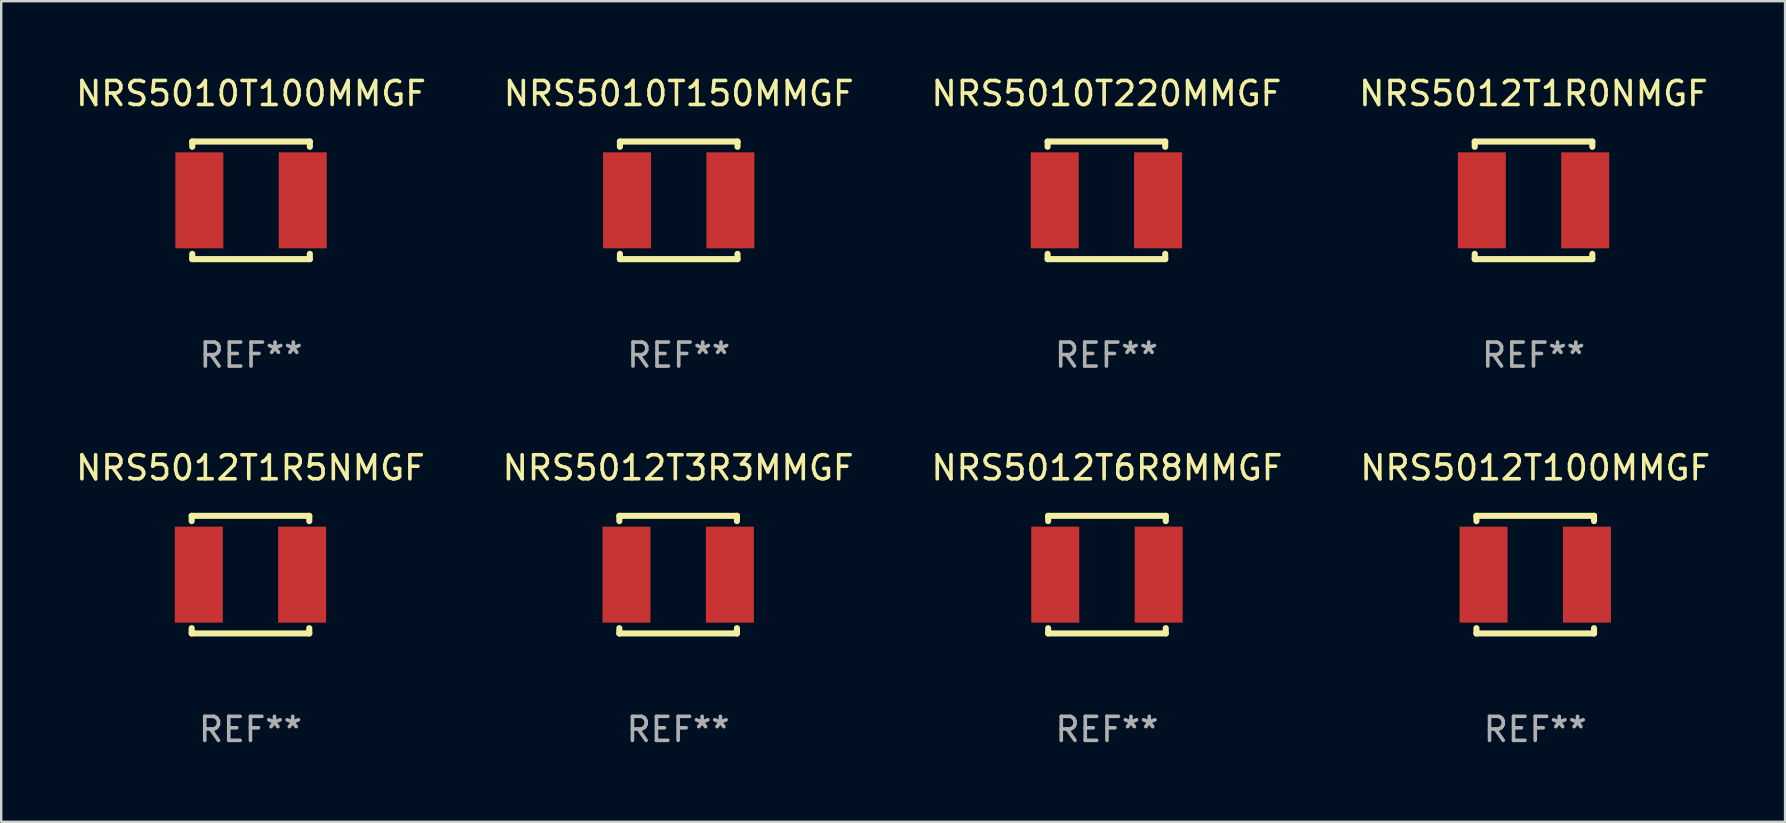
<source format=kicad_pcb>
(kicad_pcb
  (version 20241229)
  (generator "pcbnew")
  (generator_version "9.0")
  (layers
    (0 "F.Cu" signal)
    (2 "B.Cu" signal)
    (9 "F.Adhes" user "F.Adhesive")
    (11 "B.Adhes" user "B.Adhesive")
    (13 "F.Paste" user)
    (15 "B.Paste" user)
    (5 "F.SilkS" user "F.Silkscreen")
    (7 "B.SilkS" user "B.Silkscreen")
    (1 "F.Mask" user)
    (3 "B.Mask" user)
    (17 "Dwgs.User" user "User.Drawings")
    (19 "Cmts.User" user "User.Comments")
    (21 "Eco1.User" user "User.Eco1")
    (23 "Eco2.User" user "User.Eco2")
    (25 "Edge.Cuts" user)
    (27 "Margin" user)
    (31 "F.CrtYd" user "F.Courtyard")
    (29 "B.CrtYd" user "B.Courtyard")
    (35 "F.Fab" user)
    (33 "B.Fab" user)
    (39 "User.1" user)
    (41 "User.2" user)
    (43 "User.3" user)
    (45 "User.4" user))
  (footprint "NRS5010T220MMGF"
    (layer "F.Cu")
    (at 43.054 5.298)
    (property "Reference" "NRS5010T220MMGF" (at 0 -4.45 0) (layer "F.SilkS") (effects (font (size 1 1) (thickness 0.15))))
    (attr through_hole)
    (fp_line (start -2.45 -2.45) (end 2.45 -2.45) (stroke (width 0.254) (type solid)) (layer "F.SilkS"))
    (fp_line (start -2.45 -2.231) (end -2.45 -2.45) (stroke (width 0.254) (type solid)) (layer "F.SilkS"))
    (fp_line (start -2.45 2.45) (end -2.45 2.231) (stroke (width 0.254) (type solid)) (layer "F.SilkS"))
    (fp_line (start -2.45 2.45) (end 2.45 2.45) (stroke (width 0.254) (type solid)) (layer "F.SilkS"))
    (fp_line (start 2.45 -2.45) (end 2.45 -2.231) (stroke (width 0.254) (type solid)) (layer "F.SilkS"))
    (fp_line (start 2.45 2.231) (end 2.45 2.45) (stroke (width 0.254) (type solid)) (layer "F.SilkS"))
    (fp_circle (center -2.45 2.45) (end -2.42 2.45) (stroke (width 0.06) (type solid)) (fill no) (layer "F.SilkS"))
    (fp_text user "REF**" (at 0 6.45 0) (layer "F.Fab") (effects (font (size 1 1) (thickness 0.15))))
    (pad "1" smd rect (at -2.154 0) (size 2 4) (layers "F.Cu" "F.Mask" "F.Paste"))
    (pad "2" smd rect (at 2.154 0) (size 2 4) (layers "F.Cu" "F.Mask" "F.Paste")))
  (footprint "NRS5010T150MMGF"
    (layer "F.Cu")
    (at 25.232 5.298)
    (property "Reference" "NRS5010T150MMGF" (at 0 -4.45 0) (layer "F.SilkS") (effects (font (size 1 1) (thickness 0.15))))
    (attr through_hole)
    (fp_line (start -2.45 -2.45) (end 2.45 -2.45) (stroke (width 0.254) (type solid)) (layer "F.SilkS"))
    (fp_line (start -2.45 -2.231) (end -2.45 -2.45) (stroke (width 0.254) (type solid)) (layer "F.SilkS"))
    (fp_line (start -2.45 2.45) (end -2.45 2.231) (stroke (width 0.254) (type solid)) (layer "F.SilkS"))
    (fp_line (start -2.45 2.45) (end 2.45 2.45) (stroke (width 0.254) (type solid)) (layer "F.SilkS"))
    (fp_line (start 2.45 -2.45) (end 2.45 -2.231) (stroke (width 0.254) (type solid)) (layer "F.SilkS"))
    (fp_line (start 2.45 2.231) (end 2.45 2.45) (stroke (width 0.254) (type solid)) (layer "F.SilkS"))
    (fp_circle (center -2.45 2.45) (end -2.42 2.45) (stroke (width 0.06) (type solid)) (fill no) (layer "F.SilkS"))
    (fp_text user "REF**" (at 0 6.45 0) (layer "F.Fab") (effects (font (size 1 1) (thickness 0.15))))
    (pad "1" smd rect (at -2.154 0) (size 2 4) (layers "F.Cu" "F.Mask" "F.Paste"))
    (pad "2" smd rect (at 2.154 0) (size 2 4) (layers "F.Cu" "F.Mask" "F.Paste")))
  (footprint "NRS5010T100MMGF"
    (layer "F.Cu")
    (at 7.411 5.298)
    (property "Reference" "NRS5010T100MMGF" (at 0 -4.45 0) (layer "F.SilkS") (effects (font (size 1 1) (thickness 0.15))))
    (attr through_hole)
    (fp_line (start -2.45 -2.45) (end 2.45 -2.45) (stroke (width 0.254) (type solid)) (layer "F.SilkS"))
    (fp_line (start -2.45 -2.231) (end -2.45 -2.45) (stroke (width 0.254) (type solid)) (layer "F.SilkS"))
    (fp_line (start -2.45 2.45) (end -2.45 2.231) (stroke (width 0.254) (type solid)) (layer "F.SilkS"))
    (fp_line (start -2.45 2.45) (end 2.45 2.45) (stroke (width 0.254) (type solid)) (layer "F.SilkS"))
    (fp_line (start 2.45 -2.45) (end 2.45 -2.231) (stroke (width 0.254) (type solid)) (layer "F.SilkS"))
    (fp_line (start 2.45 2.231) (end 2.45 2.45) (stroke (width 0.254) (type solid)) (layer "F.SilkS"))
    (fp_circle (center -2.45 2.45) (end -2.42 2.45) (stroke (width 0.06) (type solid)) (fill no) (layer "F.SilkS"))
    (fp_text user "REF**" (at 0 6.45 0) (layer "F.Fab") (effects (font (size 1 1) (thickness 0.15))))
    (pad "1" smd rect (at -2.154 0) (size 2 4) (layers "F.Cu" "F.Mask" "F.Paste"))
    (pad "2" smd rect (at 2.154 0) (size 2 4) (layers "F.Cu" "F.Mask" "F.Paste")))
  (footprint "NRS5012T100MMGF"
    (layer "F.Cu")
    (at 60.923 20.895)
    (property "Reference" "NRS5012T100MMGF" (at 0 -4.45 0) (layer "F.SilkS") (effects (font (size 1 1) (thickness 0.15))))
    (attr through_hole)
    (fp_line (start -2.45 -2.45) (end 2.45 -2.45) (stroke (width 0.254) (type solid)) (layer "F.SilkS"))
    (fp_line (start -2.45 -2.231) (end -2.45 -2.45) (stroke (width 0.254) (type solid)) (layer "F.SilkS"))
    (fp_line (start -2.45 2.45) (end -2.45 2.231) (stroke (width 0.254) (type solid)) (layer "F.SilkS"))
    (fp_line (start -2.45 2.45) (end 2.45 2.45) (stroke (width 0.254) (type solid)) (layer "F.SilkS"))
    (fp_line (start 2.45 -2.45) (end 2.45 -2.231) (stroke (width 0.254) (type solid)) (layer "F.SilkS"))
    (fp_line (start 2.45 2.231) (end 2.45 2.45) (stroke (width 0.254) (type solid)) (layer "F.SilkS"))
    (fp_circle (center -2.45 2.45) (end -2.42 2.45) (stroke (width 0.06) (type solid)) (fill no) (layer "F.SilkS"))
    (fp_text user "REF**" (at 0 6.45 0) (layer "F.Fab") (effects (font (size 1 1) (thickness 0.15))))
    (pad "1" smd rect (at -2.154 0) (size 2 4) (layers "F.Cu" "F.Mask" "F.Paste"))
    (pad "2" smd rect (at 2.154 0) (size 2 4) (layers "F.Cu" "F.Mask" "F.Paste")))
  (footprint "NRS5012T1R5NMGF"
    (layer "F.Cu")
    (at 7.387 20.895)
    (property "Reference" "NRS5012T1R5NMGF" (at 0 -4.45 0) (layer "F.SilkS") (effects (font (size 1 1) (thickness 0.15))))
    (attr through_hole)
    (fp_line (start -2.45 -2.45) (end 2.45 -2.45) (stroke (width 0.254) (type solid)) (layer "F.SilkS"))
    (fp_line (start -2.45 -2.231) (end -2.45 -2.45) (stroke (width 0.254) (type solid)) (layer "F.SilkS"))
    (fp_line (start -2.45 2.45) (end -2.45 2.231) (stroke (width 0.254) (type solid)) (layer "F.SilkS"))
    (fp_line (start -2.45 2.45) (end 2.45 2.45) (stroke (width 0.254) (type solid)) (layer "F.SilkS"))
    (fp_line (start 2.45 -2.45) (end 2.45 -2.231) (stroke (width 0.254) (type solid)) (layer "F.SilkS"))
    (fp_line (start 2.45 2.231) (end 2.45 2.45) (stroke (width 0.254) (type solid)) (layer "F.SilkS"))
    (fp_circle (center -2.45 2.45) (end -2.42 2.45) (stroke (width 0.06) (type solid)) (fill no) (layer "F.SilkS"))
    (fp_text user "REF**" (at 0 6.45 0) (layer "F.Fab") (effects (font (size 1 1) (thickness 0.15))))
    (pad "1" smd rect (at -2.154 0) (size 2 4) (layers "F.Cu" "F.Mask" "F.Paste"))
    (pad "2" smd rect (at 2.154 0) (size 2 4) (layers "F.Cu" "F.Mask" "F.Paste")))
  (footprint "NRS5012T1R0NMGF"
    (layer "F.Cu")
    (at 60.851 5.298)
    (property "Reference" "NRS5012T1R0NMGF" (at 0 -4.45 0) (layer "F.SilkS") (effects (font (size 1 1) (thickness 0.15))))
    (attr through_hole)
    (fp_line (start -2.45 -2.45) (end 2.45 -2.45) (stroke (width 0.254) (type solid)) (layer "F.SilkS"))
    (fp_line (start -2.45 -2.231) (end -2.45 -2.45) (stroke (width 0.254) (type solid)) (layer "F.SilkS"))
    (fp_line (start -2.45 2.45) (end -2.45 2.231) (stroke (width 0.254) (type solid)) (layer "F.SilkS"))
    (fp_line (start -2.45 2.45) (end 2.45 2.45) (stroke (width 0.254) (type solid)) (layer "F.SilkS"))
    (fp_line (start 2.45 -2.45) (end 2.45 -2.231) (stroke (width 0.254) (type solid)) (layer "F.SilkS"))
    (fp_line (start 2.45 2.231) (end 2.45 2.45) (stroke (width 0.254) (type solid)) (layer "F.SilkS"))
    (fp_circle (center -2.45 2.45) (end -2.42 2.45) (stroke (width 0.06) (type solid)) (fill no) (layer "F.SilkS"))
    (fp_text user "REF**" (at 0 6.45 0) (layer "F.Fab") (effects (font (size 1 1) (thickness 0.15))))
    (pad "1" smd rect (at -2.154 0) (size 2 4) (layers "F.Cu" "F.Mask" "F.Paste"))
    (pad "2" smd rect (at 2.154 0) (size 2 4) (layers "F.Cu" "F.Mask" "F.Paste")))
  (footprint "NRS5012T3R3MMGF"
    (layer "F.Cu")
    (at 25.208 20.895)
    (property "Reference" "NRS5012T3R3MMGF" (at 0 -4.45 0) (layer "F.SilkS") (effects (font (size 1 1) (thickness 0.15))))
    (attr through_hole)
    (fp_line (start -2.45 -2.45) (end 2.45 -2.45) (stroke (width 0.254) (type solid)) (layer "F.SilkS"))
    (fp_line (start -2.45 -2.231) (end -2.45 -2.45) (stroke (width 0.254) (type solid)) (layer "F.SilkS"))
    (fp_line (start -2.45 2.45) (end -2.45 2.231) (stroke (width 0.254) (type solid)) (layer "F.SilkS"))
    (fp_line (start -2.45 2.45) (end 2.45 2.45) (stroke (width 0.254) (type solid)) (layer "F.SilkS"))
    (fp_line (start 2.45 -2.45) (end 2.45 -2.231) (stroke (width 0.254) (type solid)) (layer "F.SilkS"))
    (fp_line (start 2.45 2.231) (end 2.45 2.45) (stroke (width 0.254) (type solid)) (layer "F.SilkS"))
    (fp_circle (center -2.45 2.45) (end -2.42 2.45) (stroke (width 0.06) (type solid)) (fill no) (layer "F.SilkS"))
    (fp_text user "REF**" (at 0 6.45 0) (layer "F.Fab") (effects (font (size 1 1) (thickness 0.15))))
    (pad "1" smd rect (at -2.154 0) (size 2 4) (layers "F.Cu" "F.Mask" "F.Paste"))
    (pad "2" smd rect (at 2.154 0) (size 2 4) (layers "F.Cu" "F.Mask" "F.Paste")))
  (footprint "NRS5012T6R8MMGF"
    (layer "F.Cu")
    (at 43.077 20.895)
    (property "Reference" "NRS5012T6R8MMGF" (at 0 -4.45 0) (layer "F.SilkS") (effects (font (size 1 1) (thickness 0.15))))
    (attr through_hole)
    (fp_line (start -2.45 -2.45) (end 2.45 -2.45) (stroke (width 0.254) (type solid)) (layer "F.SilkS"))
    (fp_line (start -2.45 -2.231) (end -2.45 -2.45) (stroke (width 0.254) (type solid)) (layer "F.SilkS"))
    (fp_line (start -2.45 2.45) (end -2.45 2.231) (stroke (width 0.254) (type solid)) (layer "F.SilkS"))
    (fp_line (start -2.45 2.45) (end 2.45 2.45) (stroke (width 0.254) (type solid)) (layer "F.SilkS"))
    (fp_line (start 2.45 -2.45) (end 2.45 -2.231) (stroke (width 0.254) (type solid)) (layer "F.SilkS"))
    (fp_line (start 2.45 2.231) (end 2.45 2.45) (stroke (width 0.254) (type solid)) (layer "F.SilkS"))
    (fp_circle (center -2.45 2.45) (end -2.42 2.45) (stroke (width 0.06) (type solid)) (fill no) (layer "F.SilkS"))
    (fp_text user "REF**" (at 0 6.45 0) (layer "F.Fab") (effects (font (size 1 1) (thickness 0.15))))
    (pad "1" smd rect (at -2.154 0) (size 2 4) (layers "F.Cu" "F.Mask" "F.Paste"))
    (pad "2" smd rect (at 2.154 0) (size 2 4) (layers "F.Cu" "F.Mask" "F.Paste")))
  (gr_rect
    (start -3 -3)
    (end 71.333 31.193)
    (stroke (width 0.1) (type default))
    (fill no)
    (layer "Edge.Cuts")))
</source>
